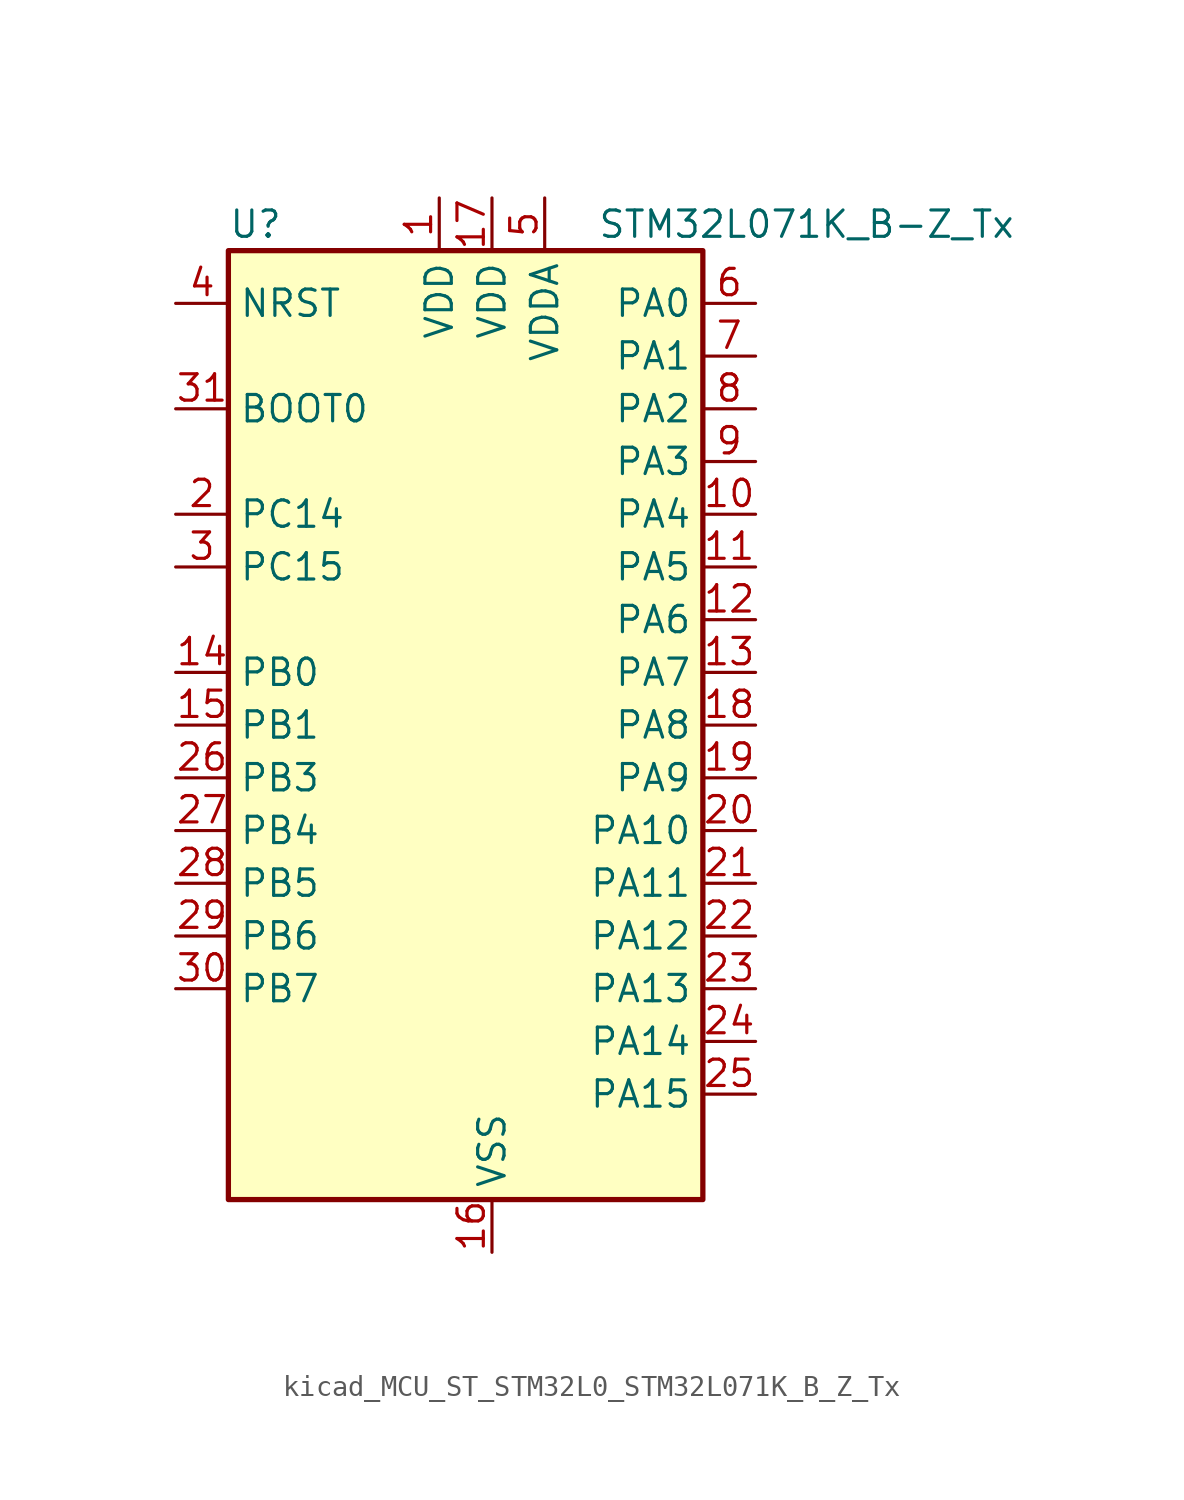
<source format=kicad_sym>
(kicad_symbol_lib
  (version 20220914)
  (generator kicad_symbol_editor)
  (symbol "kicad_MCU_ST_STM32L0_STM32L071K_B_Z_Tx"
    (property "Reference" "U"
      (at -10.16 24.13 0)
      (effects (font (size 1.27 1.27)) (justify left)))
    (property "Value" "STM32L071K_B-Z_Tx"
      (at 7.62 24.13 0)
      (effects (font (size 1.27 1.27)) (justify left)))
    (property "ki_locked" ""
      (at 0 0 0)
      (effects (font (size 1.27 1.27))))
    (symbol "kicad_MCU_ST_STM32L0_STM32L071K_B_Z_Tx_0_1"
      (rectangle (start -10.16 -22.86) (end 12.7 22.86) (stroke (width 0.254) (type default)) (fill (type background))))
    (symbol "kicad_MCU_ST_STM32L0_STM32L071K_B_Z_Tx_1_1"
      (pin power_in line (at 0 25.4 270) (length 2.54) (name "VDD" (effects (font (size 1.27 1.27)))) (number "1" (effects (font (size 1.27 1.27)))))
      (pin bidirectional line (at 15.24 10.16 180) (length 2.54) (name "PA4" (effects (font (size 1.27 1.27)))) (number "10" (effects (font (size 1.27 1.27)))) (alternate "ADC_IN4" bidirectional line) (alternate "COMP1_INM" bidirectional line) (alternate "COMP2_INM" bidirectional line) (alternate "SPI1_NSS" bidirectional line) (alternate "TIM22_ETR" bidirectional line) (alternate "USART2_CK" bidirectional line))
      (pin bidirectional line (at 15.24 7.62 180) (length 2.54) (name "PA5" (effects (font (size 1.27 1.27)))) (number "11" (effects (font (size 1.27 1.27)))) (alternate "ADC_IN5" bidirectional line) (alternate "COMP1_INM" bidirectional line) (alternate "COMP2_INM" bidirectional line) (alternate "SPI1_SCK" bidirectional line) (alternate "TIM2_CH1" bidirectional line) (alternate "TIM2_ETR" bidirectional line))
      (pin bidirectional line (at 15.24 5.08 180) (length 2.54) (name "PA6" (effects (font (size 1.27 1.27)))) (number "12" (effects (font (size 1.27 1.27)))) (alternate "ADC_IN6" bidirectional line) (alternate "COMP1_OUT" bidirectional line) (alternate "LPUART1_CTS" bidirectional line) (alternate "SPI1_MISO" bidirectional line) (alternate "TIM22_CH1" bidirectional line) (alternate "TIM3_CH1" bidirectional line))
      (pin bidirectional line (at 15.24 2.54 180) (length 2.54) (name "PA7" (effects (font (size 1.27 1.27)))) (number "13" (effects (font (size 1.27 1.27)))) (alternate "ADC_IN7" bidirectional line) (alternate "COMP2_OUT" bidirectional line) (alternate "SPI1_MOSI" bidirectional line) (alternate "TIM22_CH2" bidirectional line) (alternate "TIM3_CH2" bidirectional line))
      (pin bidirectional line (at -12.7 2.54 0) (length 2.54) (name "PB0" (effects (font (size 1.27 1.27)))) (number "14" (effects (font (size 1.27 1.27)))) (alternate "ADC_IN8" bidirectional line) (alternate "SYS_VREF_OUT_PB0" bidirectional line) (alternate "TIM3_CH3" bidirectional line))
      (pin bidirectional line (at -12.7 0 0) (length 2.54) (name "PB1" (effects (font (size 1.27 1.27)))) (number "15" (effects (font (size 1.27 1.27)))) (alternate "ADC_IN9" bidirectional line) (alternate "LPUART1_DE" bidirectional line) (alternate "LPUART1_RTS" bidirectional line) (alternate "SYS_VREF_OUT_PB1" bidirectional line) (alternate "TIM3_CH4" bidirectional line))
      (pin power_in line (at 2.54 -25.4 90) (length 2.54) (name "VSS" (effects (font (size 1.27 1.27)))) (number "16" (effects (font (size 1.27 1.27)))))
      (pin power_in line (at 2.54 25.4 270) (length 2.54) (name "VDD" (effects (font (size 1.27 1.27)))) (number "17" (effects (font (size 1.27 1.27)))))
      (pin bidirectional line (at 15.24 0 180) (length 2.54) (name "PA8" (effects (font (size 1.27 1.27)))) (number "18" (effects (font (size 1.27 1.27)))) (alternate "I2C3_SCL" bidirectional line) (alternate "RCC_MCO" bidirectional line) (alternate "USART1_CK" bidirectional line))
      (pin bidirectional line (at 15.24 -2.54 180) (length 2.54) (name "PA9" (effects (font (size 1.27 1.27)))) (number "19" (effects (font (size 1.27 1.27)))) (alternate "I2C1_SCL" bidirectional line) (alternate "I2C3_SMBA" bidirectional line) (alternate "RCC_MCO" bidirectional line) (alternate "USART1_TX" bidirectional line))
      (pin bidirectional line (at -12.7 10.16 0) (length 2.54) (name "PC14" (effects (font (size 1.27 1.27)))) (number "2" (effects (font (size 1.27 1.27)))) (alternate "RCC_OSC32_IN" bidirectional line))
      (pin bidirectional line (at 15.24 -5.08 180) (length 2.54) (name "PA10" (effects (font (size 1.27 1.27)))) (number "20" (effects (font (size 1.27 1.27)))) (alternate "I2C1_SDA" bidirectional line) (alternate "USART1_RX" bidirectional line))
      (pin bidirectional line (at 15.24 -7.62 180) (length 2.54) (name "PA11" (effects (font (size 1.27 1.27)))) (number "21" (effects (font (size 1.27 1.27)))) (alternate "ADC_EXTI11" bidirectional line) (alternate "COMP1_OUT" bidirectional line) (alternate "SPI1_MISO" bidirectional line) (alternate "USART1_CTS" bidirectional line))
      (pin bidirectional line (at 15.24 -10.16 180) (length 2.54) (name "PA12" (effects (font (size 1.27 1.27)))) (number "22" (effects (font (size 1.27 1.27)))) (alternate "COMP2_OUT" bidirectional line) (alternate "SPI1_MOSI" bidirectional line) (alternate "USART1_DE" bidirectional line) (alternate "USART1_RTS" bidirectional line))
      (pin bidirectional line (at 15.24 -12.7 180) (length 2.54) (name "PA13" (effects (font (size 1.27 1.27)))) (number "23" (effects (font (size 1.27 1.27)))) (alternate "LPUART1_RX" bidirectional line) (alternate "SYS_SWDIO" bidirectional line))
      (pin bidirectional line (at 15.24 -15.24 180) (length 2.54) (name "PA14" (effects (font (size 1.27 1.27)))) (number "24" (effects (font (size 1.27 1.27)))) (alternate "LPUART1_TX" bidirectional line) (alternate "SYS_SWCLK" bidirectional line) (alternate "USART2_TX" bidirectional line))
      (pin bidirectional line (at 15.24 -17.78 180) (length 2.54) (name "PA15" (effects (font (size 1.27 1.27)))) (number "25" (effects (font (size 1.27 1.27)))) (alternate "SPI1_NSS" bidirectional line) (alternate "TIM2_CH1" bidirectional line) (alternate "TIM2_ETR" bidirectional line) (alternate "USART2_RX" bidirectional line) (alternate "USART4_DE" bidirectional line) (alternate "USART4_RTS" bidirectional line))
      (pin bidirectional line (at -12.7 -2.54 0) (length 2.54) (name "PB3" (effects (font (size 1.27 1.27)))) (number "26" (effects (font (size 1.27 1.27)))) (alternate "COMP2_INM" bidirectional line) (alternate "SPI1_SCK" bidirectional line) (alternate "TIM2_CH2" bidirectional line) (alternate "USART1_DE" bidirectional line) (alternate "USART1_RTS" bidirectional line) (alternate "USART5_TX" bidirectional line))
      (pin bidirectional line (at -12.7 -5.08 0) (length 2.54) (name "PB4" (effects (font (size 1.27 1.27)))) (number "27" (effects (font (size 1.27 1.27)))) (alternate "COMP2_INP" bidirectional line) (alternate "I2C3_SDA" bidirectional line) (alternate "SPI1_MISO" bidirectional line) (alternate "TIM22_CH1" bidirectional line) (alternate "TIM3_CH1" bidirectional line) (alternate "USART1_CTS" bidirectional line) (alternate "USART5_RX" bidirectional line))
      (pin bidirectional line (at -12.7 -7.62 0) (length 2.54) (name "PB5" (effects (font (size 1.27 1.27)))) (number "28" (effects (font (size 1.27 1.27)))) (alternate "COMP2_INP" bidirectional line) (alternate "I2C1_SMBA" bidirectional line) (alternate "LPTIM1_IN1" bidirectional line) (alternate "SPI1_MOSI" bidirectional line) (alternate "TIM22_CH2" bidirectional line) (alternate "TIM3_CH2" bidirectional line) (alternate "USART1_CK" bidirectional line) (alternate "USART5_CK" bidirectional line) (alternate "USART5_DE" bidirectional line) (alternate "USART5_RTS" bidirectional line))
      (pin bidirectional line (at -12.7 -10.16 0) (length 2.54) (name "PB6" (effects (font (size 1.27 1.27)))) (number "29" (effects (font (size 1.27 1.27)))) (alternate "COMP2_INP" bidirectional line) (alternate "I2C1_SCL" bidirectional line) (alternate "LPTIM1_ETR" bidirectional line) (alternate "USART1_TX" bidirectional line))
      (pin bidirectional line (at -12.7 7.62 0) (length 2.54) (name "PC15" (effects (font (size 1.27 1.27)))) (number "3" (effects (font (size 1.27 1.27)))) (alternate "RCC_OSC32_OUT" bidirectional line))
      (pin bidirectional line (at -12.7 -12.7 0) (length 2.54) (name "PB7" (effects (font (size 1.27 1.27)))) (number "30" (effects (font (size 1.27 1.27)))) (alternate "COMP2_INP" bidirectional line) (alternate "I2C1_SDA" bidirectional line) (alternate "LPTIM1_IN2" bidirectional line) (alternate "SYS_PVD_IN" bidirectional line) (alternate "USART1_RX" bidirectional line) (alternate "USART4_CTS" bidirectional line))
      (pin input line (at -12.7 15.24 0) (length 2.54) (name "BOOT0" (effects (font (size 1.27 1.27)))) (number "31" (effects (font (size 1.27 1.27)))))
      (pin passive line (at 2.54 -25.4 90) (length 2.54) hide (name "VSS" (effects (font (size 1.27 1.27)))) (number "32" (effects (font (size 1.27 1.27)))))
      (pin input line (at -12.7 20.32 0) (length 2.54) (name "NRST" (effects (font (size 1.27 1.27)))) (number "4" (effects (font (size 1.27 1.27)))))
      (pin power_in line (at 5.08 25.4 270) (length 2.54) (name "VDDA" (effects (font (size 1.27 1.27)))) (number "5" (effects (font (size 1.27 1.27)))))
      (pin bidirectional line (at 15.24 20.32 180) (length 2.54) (name "PA0" (effects (font (size 1.27 1.27)))) (number "6" (effects (font (size 1.27 1.27)))) (alternate "ADC_IN0" bidirectional line) (alternate "COMP1_INM" bidirectional line) (alternate "COMP1_OUT" bidirectional line) (alternate "RTC_TAMP2" bidirectional line) (alternate "SYS_WKUP1" bidirectional line) (alternate "TIM2_CH1" bidirectional line) (alternate "TIM2_ETR" bidirectional line) (alternate "USART2_CTS" bidirectional line) (alternate "USART4_TX" bidirectional line))
      (pin bidirectional line (at 15.24 17.78 180) (length 2.54) (name "PA1" (effects (font (size 1.27 1.27)))) (number "7" (effects (font (size 1.27 1.27)))) (alternate "ADC_IN1" bidirectional line) (alternate "COMP1_INP" bidirectional line) (alternate "TIM21_ETR" bidirectional line) (alternate "TIM2_CH2" bidirectional line) (alternate "USART2_DE" bidirectional line) (alternate "USART2_RTS" bidirectional line) (alternate "USART4_RX" bidirectional line))
      (pin bidirectional line (at 15.24 15.24 180) (length 2.54) (name "PA2" (effects (font (size 1.27 1.27)))) (number "8" (effects (font (size 1.27 1.27)))) (alternate "ADC_IN2" bidirectional line) (alternate "COMP2_INM" bidirectional line) (alternate "COMP2_OUT" bidirectional line) (alternate "LPUART1_TX" bidirectional line) (alternate "TIM21_CH1" bidirectional line) (alternate "TIM2_CH3" bidirectional line) (alternate "USART2_TX" bidirectional line))
      (pin bidirectional line (at 15.24 12.7 180) (length 2.54) (name "PA3" (effects (font (size 1.27 1.27)))) (number "9" (effects (font (size 1.27 1.27)))) (alternate "ADC_IN3" bidirectional line) (alternate "COMP2_INP" bidirectional line) (alternate "LPUART1_RX" bidirectional line) (alternate "TIM21_CH2" bidirectional line) (alternate "TIM2_CH4" bidirectional line) (alternate "USART2_RX" bidirectional line)))))
</source>
